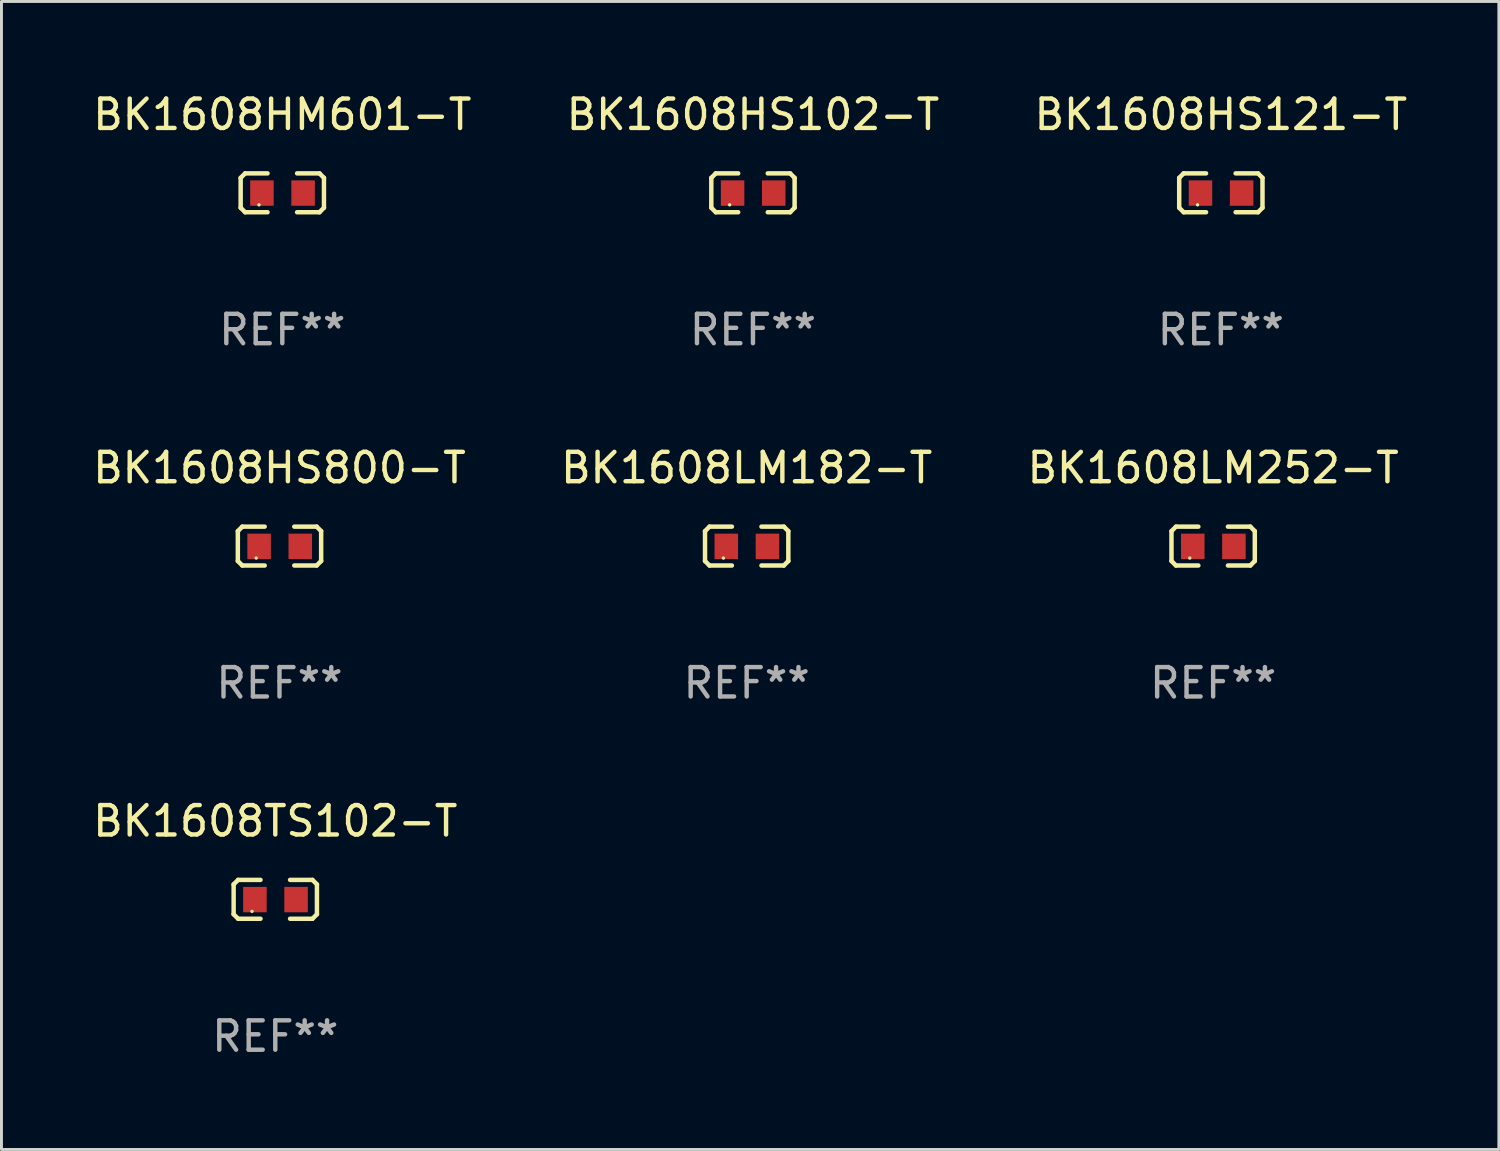
<source format=kicad_pcb>
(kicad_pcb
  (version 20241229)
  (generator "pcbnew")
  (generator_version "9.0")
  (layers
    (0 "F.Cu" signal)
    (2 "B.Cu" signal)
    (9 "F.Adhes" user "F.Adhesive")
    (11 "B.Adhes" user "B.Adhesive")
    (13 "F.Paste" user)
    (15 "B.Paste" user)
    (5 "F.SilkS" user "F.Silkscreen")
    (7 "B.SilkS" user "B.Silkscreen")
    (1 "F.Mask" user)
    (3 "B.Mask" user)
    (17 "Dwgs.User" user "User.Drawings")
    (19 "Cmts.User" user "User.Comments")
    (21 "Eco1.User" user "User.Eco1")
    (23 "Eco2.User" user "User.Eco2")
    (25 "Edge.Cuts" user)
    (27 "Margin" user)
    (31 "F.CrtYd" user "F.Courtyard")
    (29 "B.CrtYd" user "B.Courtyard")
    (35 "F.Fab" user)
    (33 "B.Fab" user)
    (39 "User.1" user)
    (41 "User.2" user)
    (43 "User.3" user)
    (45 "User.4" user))
  (footprint "BK1608HS102-T"
    (layer "F.Cu")
    (at 22.565 3.509)
    (property "Reference" "BK1608HS102-T" (at 0 -2.661 0) (layer "F.SilkS") (effects (font (size 1 1) (thickness 0.15))))
    (attr through_hole)
    (fp_line (start -1.417 -0.508) (end -1.265 -0.661) (stroke (width 0.152) (type solid)) (layer "F.SilkS"))
    (fp_line (start -1.417 0.508) (end -1.417 -0.508) (stroke (width 0.152) (type solid)) (layer "F.SilkS"))
    (fp_line (start -1.265 -0.661) (end -0.503 -0.661) (stroke (width 0.152) (type solid)) (layer "F.SilkS"))
    (fp_line (start -1.265 0.661) (end -1.417 0.508) (stroke (width 0.152) (type solid)) (layer "F.SilkS"))
    (fp_line (start -1.265 0.661) (end -0.503 0.661) (stroke (width 0.152) (type solid)) (layer "F.SilkS"))
    (fp_line (start 1.265 -0.661) (end 0.503 -0.661) (stroke (width 0.152) (type solid)) (layer "F.SilkS"))
    (fp_line (start 1.265 -0.661) (end 1.417 -0.508) (stroke (width 0.152) (type solid)) (layer "F.SilkS"))
    (fp_line (start 1.265 0.661) (end 0.503 0.661) (stroke (width 0.152) (type solid)) (layer "F.SilkS"))
    (fp_line (start 1.417 -0.508) (end 1.417 0.508) (stroke (width 0.152) (type solid)) (layer "F.SilkS"))
    (fp_line (start 1.417 0.508) (end 1.265 0.661) (stroke (width 0.152) (type solid)) (layer "F.SilkS"))
    (fp_circle (center -0.793 0.409) (end -0.763 0.409) (stroke (width 0.06) (type solid)) (fill no) (layer "F.SilkS"))
    (fp_text user "REF**" (at 0 4.661 0) (layer "F.Fab") (effects (font (size 1 1) (thickness 0.15))))
    (pad "1" smd rect (at -0.693 0.009 180) (size 0.8 0.864) (layers "F.Cu" "F.Mask" "F.Paste"))
    (pad "2" smd rect (at 0.707 0.009 180) (size 0.8 0.864) (layers "F.Cu" "F.Mask" "F.Paste")))
  (footprint "BK1608LM182-T"
    (layer "F.Cu")
    (at 22.351 15.527)
    (property "Reference" "BK1608LM182-T" (at 0 -2.661 0) (layer "F.SilkS") (effects (font (size 1 1) (thickness 0.15))))
    (attr through_hole)
    (fp_line (start -1.417 -0.508) (end -1.265 -0.661) (stroke (width 0.152) (type solid)) (layer "F.SilkS"))
    (fp_line (start -1.417 0.508) (end -1.417 -0.508) (stroke (width 0.152) (type solid)) (layer "F.SilkS"))
    (fp_line (start -1.265 -0.661) (end -0.503 -0.661) (stroke (width 0.152) (type solid)) (layer "F.SilkS"))
    (fp_line (start -1.265 0.661) (end -1.417 0.508) (stroke (width 0.152) (type solid)) (layer "F.SilkS"))
    (fp_line (start -1.265 0.661) (end -0.503 0.661) (stroke (width 0.152) (type solid)) (layer "F.SilkS"))
    (fp_line (start 1.265 -0.661) (end 0.503 -0.661) (stroke (width 0.152) (type solid)) (layer "F.SilkS"))
    (fp_line (start 1.265 -0.661) (end 1.417 -0.508) (stroke (width 0.152) (type solid)) (layer "F.SilkS"))
    (fp_line (start 1.265 0.661) (end 0.503 0.661) (stroke (width 0.152) (type solid)) (layer "F.SilkS"))
    (fp_line (start 1.417 -0.508) (end 1.417 0.508) (stroke (width 0.152) (type solid)) (layer "F.SilkS"))
    (fp_line (start 1.417 0.508) (end 1.265 0.661) (stroke (width 0.152) (type solid)) (layer "F.SilkS"))
    (fp_circle (center -0.793 0.409) (end -0.763 0.409) (stroke (width 0.06) (type solid)) (fill no) (layer "F.SilkS"))
    (fp_text user "REF**" (at 0 4.661 0) (layer "F.Fab") (effects (font (size 1 1) (thickness 0.15))))
    (pad "1" smd rect (at -0.693 0.009 180) (size 0.8 0.864) (layers "F.Cu" "F.Mask" "F.Paste"))
    (pad "2" smd rect (at 0.707 0.009 180) (size 0.8 0.864) (layers "F.Cu" "F.Mask" "F.Paste")))
  (footprint "BK1608TS102-T"
    (layer "F.Cu")
    (at 6.315 27.544)
    (property "Reference" "BK1608TS102-T" (at 0 -2.661 0) (layer "F.SilkS") (effects (font (size 1 1) (thickness 0.15))))
    (attr through_hole)
    (fp_line (start -1.417 -0.508) (end -1.265 -0.661) (stroke (width 0.152) (type solid)) (layer "F.SilkS"))
    (fp_line (start -1.417 0.508) (end -1.417 -0.508) (stroke (width 0.152) (type solid)) (layer "F.SilkS"))
    (fp_line (start -1.265 -0.661) (end -0.503 -0.661) (stroke (width 0.152) (type solid)) (layer "F.SilkS"))
    (fp_line (start -1.265 0.661) (end -1.417 0.508) (stroke (width 0.152) (type solid)) (layer "F.SilkS"))
    (fp_line (start -1.265 0.661) (end -0.503 0.661) (stroke (width 0.152) (type solid)) (layer "F.SilkS"))
    (fp_line (start 1.265 -0.661) (end 0.503 -0.661) (stroke (width 0.152) (type solid)) (layer "F.SilkS"))
    (fp_line (start 1.265 -0.661) (end 1.417 -0.508) (stroke (width 0.152) (type solid)) (layer "F.SilkS"))
    (fp_line (start 1.265 0.661) (end 0.503 0.661) (stroke (width 0.152) (type solid)) (layer "F.SilkS"))
    (fp_line (start 1.417 -0.508) (end 1.417 0.508) (stroke (width 0.152) (type solid)) (layer "F.SilkS"))
    (fp_line (start 1.417 0.508) (end 1.265 0.661) (stroke (width 0.152) (type solid)) (layer "F.SilkS"))
    (fp_circle (center -0.793 0.409) (end -0.763 0.409) (stroke (width 0.06) (type solid)) (fill no) (layer "F.SilkS"))
    (fp_text user "REF**" (at 0 4.661 0) (layer "F.Fab") (effects (font (size 1 1) (thickness 0.15))))
    (pad "1" smd rect (at -0.693 0.009 180) (size 0.8 0.864) (layers "F.Cu" "F.Mask" "F.Paste"))
    (pad "2" smd rect (at 0.707 0.009 180) (size 0.8 0.864) (layers "F.Cu" "F.Mask" "F.Paste")))
  (footprint "BK1608HM601-T"
    (layer "F.Cu")
    (at 6.554 3.509)
    (property "Reference" "BK1608HM601-T" (at 0 -2.661 0) (layer "F.SilkS") (effects (font (size 1 1) (thickness 0.15))))
    (attr through_hole)
    (fp_line (start -1.417 -0.508) (end -1.265 -0.661) (stroke (width 0.152) (type solid)) (layer "F.SilkS"))
    (fp_line (start -1.417 0.508) (end -1.417 -0.508) (stroke (width 0.152) (type solid)) (layer "F.SilkS"))
    (fp_line (start -1.265 -0.661) (end -0.503 -0.661) (stroke (width 0.152) (type solid)) (layer "F.SilkS"))
    (fp_line (start -1.265 0.661) (end -1.417 0.508) (stroke (width 0.152) (type solid)) (layer "F.SilkS"))
    (fp_line (start -1.265 0.661) (end -0.503 0.661) (stroke (width 0.152) (type solid)) (layer "F.SilkS"))
    (fp_line (start 1.265 -0.661) (end 0.503 -0.661) (stroke (width 0.152) (type solid)) (layer "F.SilkS"))
    (fp_line (start 1.265 -0.661) (end 1.417 -0.508) (stroke (width 0.152) (type solid)) (layer "F.SilkS"))
    (fp_line (start 1.265 0.661) (end 0.503 0.661) (stroke (width 0.152) (type solid)) (layer "F.SilkS"))
    (fp_line (start 1.417 -0.508) (end 1.417 0.508) (stroke (width 0.152) (type solid)) (layer "F.SilkS"))
    (fp_line (start 1.417 0.508) (end 1.265 0.661) (stroke (width 0.152) (type solid)) (layer "F.SilkS"))
    (fp_circle (center -0.793 0.409) (end -0.763 0.409) (stroke (width 0.06) (type solid)) (fill no) (layer "F.SilkS"))
    (fp_text user "REF**" (at 0 4.661 0) (layer "F.Fab") (effects (font (size 1 1) (thickness 0.15))))
    (pad "1" smd rect (at -0.693 0.009 180) (size 0.8 0.864) (layers "F.Cu" "F.Mask" "F.Paste"))
    (pad "2" smd rect (at 0.707 0.009 180) (size 0.8 0.864) (layers "F.Cu" "F.Mask" "F.Paste")))
  (footprint "BK1608LM252-T"
    (layer "F.Cu")
    (at 38.22 15.527)
    (property "Reference" "BK1608LM252-T" (at 0 -2.661 0) (layer "F.SilkS") (effects (font (size 1 1) (thickness 0.15))))
    (attr through_hole)
    (fp_line (start -1.417 -0.508) (end -1.265 -0.661) (stroke (width 0.152) (type solid)) (layer "F.SilkS"))
    (fp_line (start -1.417 0.508) (end -1.417 -0.508) (stroke (width 0.152) (type solid)) (layer "F.SilkS"))
    (fp_line (start -1.265 -0.661) (end -0.503 -0.661) (stroke (width 0.152) (type solid)) (layer "F.SilkS"))
    (fp_line (start -1.265 0.661) (end -1.417 0.508) (stroke (width 0.152) (type solid)) (layer "F.SilkS"))
    (fp_line (start -1.265 0.661) (end -0.503 0.661) (stroke (width 0.152) (type solid)) (layer "F.SilkS"))
    (fp_line (start 1.265 -0.661) (end 0.503 -0.661) (stroke (width 0.152) (type solid)) (layer "F.SilkS"))
    (fp_line (start 1.265 -0.661) (end 1.417 -0.508) (stroke (width 0.152) (type solid)) (layer "F.SilkS"))
    (fp_line (start 1.265 0.661) (end 0.503 0.661) (stroke (width 0.152) (type solid)) (layer "F.SilkS"))
    (fp_line (start 1.417 -0.508) (end 1.417 0.508) (stroke (width 0.152) (type solid)) (layer "F.SilkS"))
    (fp_line (start 1.417 0.508) (end 1.265 0.661) (stroke (width 0.152) (type solid)) (layer "F.SilkS"))
    (fp_circle (center -0.793 0.409) (end -0.763 0.409) (stroke (width 0.06) (type solid)) (fill no) (layer "F.SilkS"))
    (fp_text user "REF**" (at 0 4.661 0) (layer "F.Fab") (effects (font (size 1 1) (thickness 0.15))))
    (pad "1" smd rect (at -0.693 0.009 180) (size 0.8 0.864) (layers "F.Cu" "F.Mask" "F.Paste"))
    (pad "2" smd rect (at 0.707 0.009 180) (size 0.8 0.864) (layers "F.Cu" "F.Mask" "F.Paste")))
  (footprint "BK1608HS121-T"
    (layer "F.Cu")
    (at 38.482 3.509)
    (property "Reference" "BK1608HS121-T" (at 0 -2.661 0) (layer "F.SilkS") (effects (font (size 1 1) (thickness 0.15))))
    (attr through_hole)
    (fp_line (start -1.417 -0.508) (end -1.265 -0.661) (stroke (width 0.152) (type solid)) (layer "F.SilkS"))
    (fp_line (start -1.417 0.508) (end -1.417 -0.508) (stroke (width 0.152) (type solid)) (layer "F.SilkS"))
    (fp_line (start -1.265 -0.661) (end -0.503 -0.661) (stroke (width 0.152) (type solid)) (layer "F.SilkS"))
    (fp_line (start -1.265 0.661) (end -1.417 0.508) (stroke (width 0.152) (type solid)) (layer "F.SilkS"))
    (fp_line (start -1.265 0.661) (end -0.503 0.661) (stroke (width 0.152) (type solid)) (layer "F.SilkS"))
    (fp_line (start 1.265 -0.661) (end 0.503 -0.661) (stroke (width 0.152) (type solid)) (layer "F.SilkS"))
    (fp_line (start 1.265 -0.661) (end 1.417 -0.508) (stroke (width 0.152) (type solid)) (layer "F.SilkS"))
    (fp_line (start 1.265 0.661) (end 0.503 0.661) (stroke (width 0.152) (type solid)) (layer "F.SilkS"))
    (fp_line (start 1.417 -0.508) (end 1.417 0.508) (stroke (width 0.152) (type solid)) (layer "F.SilkS"))
    (fp_line (start 1.417 0.508) (end 1.265 0.661) (stroke (width 0.152) (type solid)) (layer "F.SilkS"))
    (fp_circle (center -0.793 0.409) (end -0.763 0.409) (stroke (width 0.06) (type solid)) (fill no) (layer "F.SilkS"))
    (fp_text user "REF**" (at 0 4.661 0) (layer "F.Fab") (effects (font (size 1 1) (thickness 0.15))))
    (pad "1" smd rect (at -0.693 0.009 180) (size 0.8 0.864) (layers "F.Cu" "F.Mask" "F.Paste"))
    (pad "2" smd rect (at 0.707 0.009 180) (size 0.8 0.864) (layers "F.Cu" "F.Mask" "F.Paste")))
  (footprint "BK1608HS800-T"
    (layer "F.Cu")
    (at 6.458 15.527)
    (property "Reference" "BK1608HS800-T" (at 0 -2.661 0) (layer "F.SilkS") (effects (font (size 1 1) (thickness 0.15))))
    (attr through_hole)
    (fp_line (start -1.417 -0.508) (end -1.265 -0.661) (stroke (width 0.152) (type solid)) (layer "F.SilkS"))
    (fp_line (start -1.417 0.508) (end -1.417 -0.508) (stroke (width 0.152) (type solid)) (layer "F.SilkS"))
    (fp_line (start -1.265 -0.661) (end -0.503 -0.661) (stroke (width 0.152) (type solid)) (layer "F.SilkS"))
    (fp_line (start -1.265 0.661) (end -1.417 0.508) (stroke (width 0.152) (type solid)) (layer "F.SilkS"))
    (fp_line (start -1.265 0.661) (end -0.503 0.661) (stroke (width 0.152) (type solid)) (layer "F.SilkS"))
    (fp_line (start 1.265 -0.661) (end 0.503 -0.661) (stroke (width 0.152) (type solid)) (layer "F.SilkS"))
    (fp_line (start 1.265 -0.661) (end 1.417 -0.508) (stroke (width 0.152) (type solid)) (layer "F.SilkS"))
    (fp_line (start 1.265 0.661) (end 0.503 0.661) (stroke (width 0.152) (type solid)) (layer "F.SilkS"))
    (fp_line (start 1.417 -0.508) (end 1.417 0.508) (stroke (width 0.152) (type solid)) (layer "F.SilkS"))
    (fp_line (start 1.417 0.508) (end 1.265 0.661) (stroke (width 0.152) (type solid)) (layer "F.SilkS"))
    (fp_circle (center -0.793 0.409) (end -0.763 0.409) (stroke (width 0.06) (type solid)) (fill no) (layer "F.SilkS"))
    (fp_text user "REF**" (at 0 4.661 0) (layer "F.Fab") (effects (font (size 1 1) (thickness 0.15))))
    (pad "1" smd rect (at -0.693 0.009 180) (size 0.8 0.864) (layers "F.Cu" "F.Mask" "F.Paste"))
    (pad "2" smd rect (at 0.707 0.009 180) (size 0.8 0.864) (layers "F.Cu" "F.Mask" "F.Paste")))
  (gr_rect
    (start -3 -3)
    (end 47.94 36.053)
    (stroke (width 0.1) (type default))
    (fill no)
    (layer "Edge.Cuts")))
</source>
